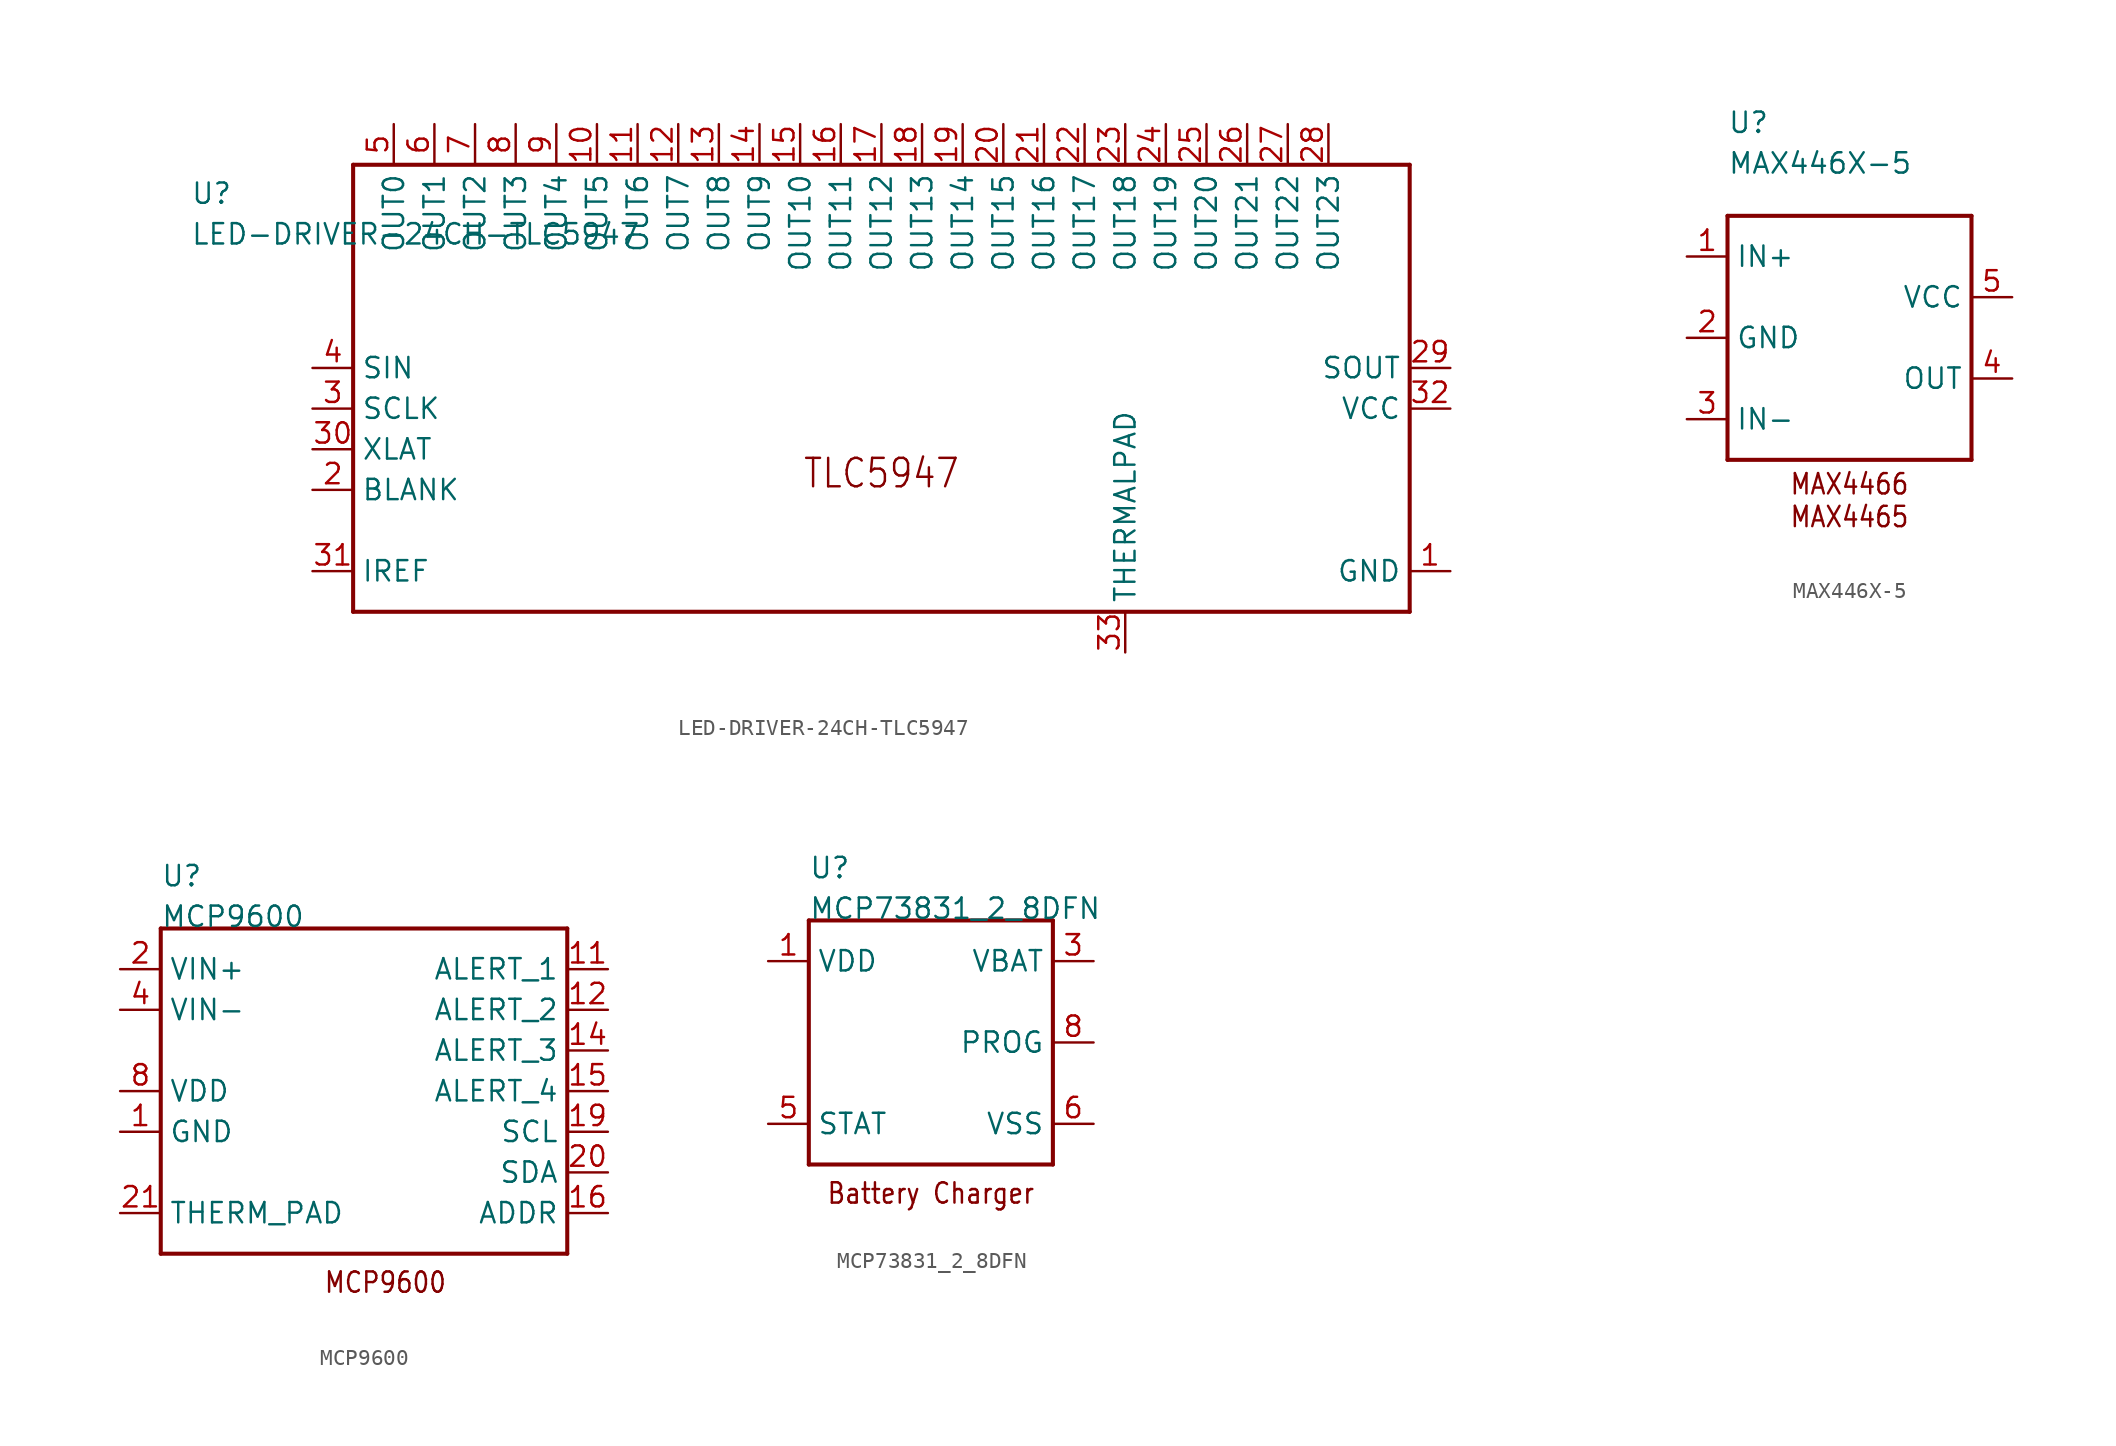
<source format=kicad_sym>
(kicad_symbol_lib
  (version 20211014)
  (generator kicad_symbol_editor)
  (symbol "LED-DRIVER-24CH-TLC5947"
    (pin_names)
    (property "Reference" "U"
      (at -43.18 12.7 0)
      (effects (font (size 1.27 1.27)) (justify left bottom)))
    (property "Value" "LED-DRIVER-24CH-TLC5947"
      (at -43.18 10.16 0)
      (effects (font (size 1.27 1.27)) (justify left bottom)))
    (property "Datasheet" ""
      (at 0 0 0))
    (property "ki_description" "TLC5947   - IC LED DRVR LINEAR 30MA 32HTSSOP   Technical Specifications:    LED Driver IC 24 Output Linear Shift Register Dimming 30mA 32-HTSSOP   12-Bit PWM Grayscale Control   Driver Type: Linear Shift Register   Outputs: 24   LED Supply Voltage: Up to 30V   LED Channel Current: 30mA   VCC: 3V~5.5V   Data Rate: Up to 30MHz Standalone, 15MHz Cascaded   4MHz Internal Oscillator       Component Search:  TLC5947   Datasheet:  TLC5947 24-Channel, 12-Bit PWM LED Driver With Internal Oscillator datasheet (Rev. B)  "
      (at 0 0 0))
    (property "ki_fp_filters" "FlashPCB_ICs:32-HTSSOP"
      (at 0 0 0))
    (symbol "LED-DRIVER-24CH-TLC5947_1_1"
      (text "TLC5947" (at 0 -5.08 0) (effects (font (size 1.778 1.52)) (justify bottom)))
      (polyline (pts (xy -33.02 15.24) (xy 33.02 15.24)) (stroke (width 0.254)) (fill (type none)))
      (polyline (pts (xy 33.02 15.24) (xy 33.02 -12.7)) (stroke (width 0.254)) (fill (type none)))
      (polyline (pts (xy 33.02 -12.7) (xy -33.02 -12.7)) (stroke (width 0.254)) (fill (type none)))
      (polyline (pts (xy -33.02 -12.7) (xy -33.02 15.24)) (stroke (width 0.254)) (fill (type none)))
      (pin bidirectional line (at -35.56 2.54 0) (length 2.54) (name "SIN" (effects (font (size 1.27 1.27)))) (number "4" (effects (font (size 1.27 1.27)))))
      (pin bidirectional line (at -35.56 0 0) (length 2.54) (name "SCLK" (effects (font (size 1.27 1.27)))) (number "3" (effects (font (size 1.27 1.27)))))
      (pin bidirectional line (at -35.56 -2.54 0) (length 2.54) (name "XLAT" (effects (font (size 1.27 1.27)))) (number "30" (effects (font (size 1.27 1.27)))))
      (pin bidirectional line (at -35.56 -5.08 0) (length 2.54) (name "BLANK" (effects (font (size 1.27 1.27)))) (number "2" (effects (font (size 1.27 1.27)))))
      (pin bidirectional line (at -35.56 -10.16 0) (length 2.54) (name "IREF" (effects (font (size 1.27 1.27)))) (number "31" (effects (font (size 1.27 1.27)))))
      (pin bidirectional line (at 35.56 -10.16 180) (length 2.54) (name "GND" (effects (font (size 1.27 1.27)))) (number "1" (effects (font (size 1.27 1.27)))))
      (pin bidirectional line (at 35.56 0 180) (length 2.54) (name "VCC" (effects (font (size 1.27 1.27)))) (number "32" (effects (font (size 1.27 1.27)))))
      (pin bidirectional line (at 35.56 2.54 180) (length 2.54) (name "SOUT" (effects (font (size 1.27 1.27)))) (number "29" (effects (font (size 1.27 1.27)))))
      (pin bidirectional line (at -30.48 17.78 270) (length 2.54) (name "OUT0" (effects (font (size 1.27 1.27)))) (number "5" (effects (font (size 1.27 1.27)))))
      (pin bidirectional line (at -27.94 17.78 270) (length 2.54) (name "OUT1" (effects (font (size 1.27 1.27)))) (number "6" (effects (font (size 1.27 1.27)))))
      (pin bidirectional line (at -25.4 17.78 270) (length 2.54) (name "OUT2" (effects (font (size 1.27 1.27)))) (number "7" (effects (font (size 1.27 1.27)))))
      (pin bidirectional line (at -22.86 17.78 270) (length 2.54) (name "OUT3" (effects (font (size 1.27 1.27)))) (number "8" (effects (font (size 1.27 1.27)))))
      (pin bidirectional line (at -20.32 17.78 270) (length 2.54) (name "OUT4" (effects (font (size 1.27 1.27)))) (number "9" (effects (font (size 1.27 1.27)))))
      (pin bidirectional line (at -17.78 17.78 270) (length 2.54) (name "OUT5" (effects (font (size 1.27 1.27)))) (number "10" (effects (font (size 1.27 1.27)))))
      (pin bidirectional line (at -15.24 17.78 270) (length 2.54) (name "OUT6" (effects (font (size 1.27 1.27)))) (number "11" (effects (font (size 1.27 1.27)))))
      (pin bidirectional line (at -12.7 17.78 270) (length 2.54) (name "OUT7" (effects (font (size 1.27 1.27)))) (number "12" (effects (font (size 1.27 1.27)))))
      (pin bidirectional line (at -10.16 17.78 270) (length 2.54) (name "OUT8" (effects (font (size 1.27 1.27)))) (number "13" (effects (font (size 1.27 1.27)))))
      (pin bidirectional line (at -7.62 17.78 270) (length 2.54) (name "OUT9" (effects (font (size 1.27 1.27)))) (number "14" (effects (font (size 1.27 1.27)))))
      (pin bidirectional line (at -5.08 17.78 270) (length 2.54) (name "OUT10" (effects (font (size 1.27 1.27)))) (number "15" (effects (font (size 1.27 1.27)))))
      (pin bidirectional line (at -2.54 17.78 270) (length 2.54) (name "OUT11" (effects (font (size 1.27 1.27)))) (number "16" (effects (font (size 1.27 1.27)))))
      (pin bidirectional line (at 0 17.78 270) (length 2.54) (name "OUT12" (effects (font (size 1.27 1.27)))) (number "17" (effects (font (size 1.27 1.27)))))
      (pin bidirectional line (at 2.54 17.78 270) (length 2.54) (name "OUT13" (effects (font (size 1.27 1.27)))) (number "18" (effects (font (size 1.27 1.27)))))
      (pin bidirectional line (at 5.08 17.78 270) (length 2.54) (name "OUT14" (effects (font (size 1.27 1.27)))) (number "19" (effects (font (size 1.27 1.27)))))
      (pin bidirectional line (at 7.62 17.78 270) (length 2.54) (name "OUT15" (effects (font (size 1.27 1.27)))) (number "20" (effects (font (size 1.27 1.27)))))
      (pin bidirectional line (at 10.16 17.78 270) (length 2.54) (name "OUT16" (effects (font (size 1.27 1.27)))) (number "21" (effects (font (size 1.27 1.27)))))
      (pin bidirectional line (at 12.7 17.78 270) (length 2.54) (name "OUT17" (effects (font (size 1.27 1.27)))) (number "22" (effects (font (size 1.27 1.27)))))
      (pin bidirectional line (at 15.24 17.78 270) (length 2.54) (name "OUT18" (effects (font (size 1.27 1.27)))) (number "23" (effects (font (size 1.27 1.27)))))
      (pin bidirectional line (at 17.78 17.78 270) (length 2.54) (name "OUT19" (effects (font (size 1.27 1.27)))) (number "24" (effects (font (size 1.27 1.27)))))
      (pin bidirectional line (at 20.32 17.78 270) (length 2.54) (name "OUT20" (effects (font (size 1.27 1.27)))) (number "25" (effects (font (size 1.27 1.27)))))
      (pin bidirectional line (at 22.86 17.78 270) (length 2.54) (name "OUT21" (effects (font (size 1.27 1.27)))) (number "26" (effects (font (size 1.27 1.27)))))
      (pin bidirectional line (at 25.4 17.78 270) (length 2.54) (name "OUT22" (effects (font (size 1.27 1.27)))) (number "27" (effects (font (size 1.27 1.27)))))
      (pin bidirectional line (at 27.94 17.78 270) (length 2.54) (name "OUT23" (effects (font (size 1.27 1.27)))) (number "28" (effects (font (size 1.27 1.27)))))
      (pin bidirectional line (at 15.24 -15.24 90) (length 2.54) (name "THERMALPAD" (effects (font (size 1.27 1.27)))) (number "33" (effects (font (size 1.27 1.27)))))))
  (symbol "MAX446X-5"
    (pin_names)
    (property "Reference" "U"
      (at -7.62 12.7 0)
      (effects (font (size 1.27 1.27)) (justify left bottom)))
    (property "Value" "MAX446X-5"
      (at -7.62 10.16 0)
      (effects (font (size 1.27 1.27)) (justify left bottom)))
    (property "Datasheet" ""
      (at 0 0 0))
    (property "ki_description" "MAX4466EXK+T  - IC AMP CLASS AB MONO SC70-5   Technical Specifications:    Output: 1-channel   Common-Mode Rejection Ration: 126dB       Component Search:  [DATA SHEET NAME]   Datasheet:  MAX4465-69 DS "
      (at 0 0 0))
    (property "ki_fp_filters" "FlashPCB_ICs:SC-70-5"
      (at 0 0 0))
    (symbol "MAX446X-5_1_1"
      (text "MAX4466\nMAX4465" (at 0 -10.16 0) (effects (font (size 1.27 1.086))))
      (polyline (pts (xy -7.62 7.62) (xy 7.62 7.62)) (stroke (width 0.254)) (fill (type none)))
      (polyline (pts (xy 7.62 7.62) (xy 7.62 -7.62)) (stroke (width 0.254)) (fill (type none)))
      (polyline (pts (xy 7.62 -7.62) (xy -7.62 -7.62)) (stroke (width 0.254)) (fill (type none)))
      (polyline (pts (xy -7.62 -7.62) (xy -7.62 7.62)) (stroke (width 0.254)) (fill (type none)))
      (pin bidirectional line (at -10.16 5.08 0) (length 2.54) (name "IN+" (effects (font (size 1.27 1.27)))) (number "1" (effects (font (size 1.27 1.27)))))
      (pin power_in line (at -10.16 0 0) (length 2.54) (name "GND" (effects (font (size 1.27 1.27)))) (number "2" (effects (font (size 1.27 1.27)))))
      (pin bidirectional line (at -10.16 -5.08 0) (length 2.54) (name "IN-" (effects (font (size 1.27 1.27)))) (number "3" (effects (font (size 1.27 1.27)))))
      (pin output line (at 10.16 -2.54 180) (length 2.54) (name "OUT" (effects (font (size 1.27 1.27)))) (number "4" (effects (font (size 1.27 1.27)))))
      (pin power_in line (at 10.16 2.54 180) (length 2.54) (name "VCC" (effects (font (size 1.27 1.27)))) (number "5" (effects (font (size 1.27 1.27)))))))
  (symbol "MCP9600"
    (pin_names)
    (property "Reference" "U"
      (at -12.7 12.7 0)
      (effects (font (size 1.27 1.27)) (justify left bottom)))
    (property "Value" "MCP9600"
      (at -12.7 10.16 0)
      (effects (font (size 1.27 1.27)) (justify left bottom)))
    (property "Datasheet" ""
      (at 0 0 0))
    (property "ki_description" "MCP9600T-E/MX  - IC THERMOCOUPLE TO I2C   Technical Specifications:    Accuracy: +/-1.5 ÃƒÆ’Ã¢â‚¬Å¡Ãƒâ€šÃ‚Â°C   Resolution: +0.0625 ÃƒÆ’Ã¢â‚¬Å¡Ãƒâ€šÃ‚Â°C       Component Search:  [DATA SHEET NAME]   Datasheet:  MCP960X/L0X/RL0X Data Sheet "
      (at 0 0 0))
    (property "ki_fp_filters" "FlashPCB_ICs:20-QFN(5X5)-MCP960X"
      (at 0 0 0))
    (symbol "MCP9600_1_1"
      (text "MCP9600" (at -2.54 -12.7 0) (effects (font (size 1.27 1.086)) (justify left bottom)))
      (polyline (pts (xy 12.7 10.16) (xy 12.7 -10.16)) (stroke (width 0.254)) (fill (type none)))
      (polyline (pts (xy 12.7 -10.16) (xy -12.7 -10.16)) (stroke (width 0.254)) (fill (type none)))
      (polyline (pts (xy -12.7 -10.16) (xy -12.7 10.16)) (stroke (width 0.254)) (fill (type none)))
      (polyline (pts (xy -12.7 10.16) (xy 12.7 10.16)) (stroke (width 0.254)) (fill (type none)))
      (pin power_in line (at -15.24 7.62 0) (length 2.54) (name "VIN+" (effects (font (size 1.27 1.27)))) (number "2" (effects (font (size 1.27 1.27)))))
      (pin power_in line (at -15.24 5.08 0) (length 2.54) (name "VIN-" (effects (font (size 1.27 1.27)))) (number "4" (effects (font (size 1.27 1.27)))))
      (pin output line (at 15.24 7.62 180) (length 2.54) (name "ALERT_1" (effects (font (size 1.27 1.27)))) (number "11" (effects (font (size 1.27 1.27)))))
      (pin output line (at 15.24 5.08 180) (length 2.54) (name "ALERT_2" (effects (font (size 1.27 1.27)))) (number "12" (effects (font (size 1.27 1.27)))))
      (pin output line (at 15.24 2.54 180) (length 2.54) (name "ALERT_3" (effects (font (size 1.27 1.27)))) (number "14" (effects (font (size 1.27 1.27)))))
      (pin output line (at 15.24 0 180) (length 2.54) (name "ALERT_4" (effects (font (size 1.27 1.27)))) (number "15" (effects (font (size 1.27 1.27)))))
      (pin bidirectional line (at 15.24 -2.54 180) (length 2.54) (name "SCL" (effects (font (size 1.27 1.27)))) (number "19" (effects (font (size 1.27 1.27)))))
      (pin bidirectional line (at 15.24 -5.08 180) (length 2.54) (name "SDA" (effects (font (size 1.27 1.27)))) (number "20" (effects (font (size 1.27 1.27)))))
      (pin bidirectional line (at 15.24 -7.62 180) (length 2.54) (name "ADDR" (effects (font (size 1.27 1.27)))) (number "16" (effects (font (size 1.27 1.27)))))
      (pin power_in line (at -15.24 0 0) (length 2.54) (name "VDD" (effects (font (size 1.27 1.27)))) (number "8" (effects (font (size 1.27 1.27)))))
      (pin power_in line (at -15.24 -2.54 0) (length 2.54) (name "GND" (effects (font (size 1.27 1.27)))) (number "1" (effects (font (size 1.27 1.27)))))
      (pin power_in line (at -15.24 -2.54 0) (length 2.54) hide (name "GND" (effects (font (size 1.27 1.27)))) (number "3" (effects (font (size 1.27 1.27)))))
      (pin power_in line (at -15.24 -2.54 0) (length 2.54) hide (name "GND" (effects (font (size 1.27 1.27)))) (number "5" (effects (font (size 1.27 1.27)))))
      (pin power_in line (at -15.24 -2.54 0) (length 2.54) hide (name "GND" (effects (font (size 1.27 1.27)))) (number "6" (effects (font (size 1.27 1.27)))))
      (pin power_in line (at -15.24 -2.54 0) (length 2.54) hide (name "GND" (effects (font (size 1.27 1.27)))) (number "7" (effects (font (size 1.27 1.27)))))
      (pin power_in line (at -15.24 -2.54 0) (length 2.54) hide (name "GND" (effects (font (size 1.27 1.27)))) (number "9" (effects (font (size 1.27 1.27)))))
      (pin power_in line (at -15.24 -2.54 0) (length 2.54) hide (name "GND" (effects (font (size 1.27 1.27)))) (number "10" (effects (font (size 1.27 1.27)))))
      (pin power_in line (at -15.24 -2.54 0) (length 2.54) hide (name "GND" (effects (font (size 1.27 1.27)))) (number "13" (effects (font (size 1.27 1.27)))))
      (pin power_in line (at -15.24 -2.54 0) (length 2.54) hide (name "GND" (effects (font (size 1.27 1.27)))) (number "17" (effects (font (size 1.27 1.27)))))
      (pin power_in line (at -15.24 -2.54 0) (length 2.54) hide (name "GND" (effects (font (size 1.27 1.27)))) (number "18" (effects (font (size 1.27 1.27)))))
      (pin bidirectional line (at -15.24 -7.62 0) (length 2.54) (name "THERM_PAD" (effects (font (size 1.27 1.27)))) (number "21" (effects (font (size 1.27 1.27)))))))
  (symbol "MCP73831_2_8DFN"
    (pin_names)
    (property "Reference" "U"
      (at -7.62 10.16 0)
      (effects (font (size 1.27 1.27)) (justify left bottom)))
    (property "Value" "MCP73831_2_8DFN"
      (at -7.62 7.62 0)
      (effects (font (size 1.27 1.27)) (justify left bottom)))
    (property "Datasheet" ""
      (at 0 0 0))
    (property "ki_description" "MCP73831/2  - IC BATT CNTL LI-ION 1CEL   Technical Specifications:    Battery Chemistry: Lithium Ion/Polymer   Number of Cells: 1   Fault Protection: Over Voltage       Component Search:  [DATA SHEET NAME]   Datasheet:  MCP73831/2 "
      (at 0 0 0))
    (property "ki_fp_filters" "FlashPCB_ICs:8-DFN-2X3"
      (at 0 0 0))
    (symbol "MCP73831_2_8DFN_1_1"
      (text "Battery Charger" (at 0 -10.16 0) (effects (font (size 1.27 1.086)) (justify bottom)))
      (polyline (pts (xy -7.62 7.62) (xy 7.62 7.62)) (stroke (width 0.254)) (fill (type none)))
      (polyline (pts (xy 7.62 7.62) (xy 7.62 -7.62)) (stroke (width 0.254)) (fill (type none)))
      (polyline (pts (xy 7.62 -7.62) (xy -7.62 -7.62)) (stroke (width 0.254)) (fill (type none)))
      (polyline (pts (xy -7.62 -7.62) (xy -7.62 7.62)) (stroke (width 0.254)) (fill (type none)))
      (pin bidirectional line (at -10.16 5.08 0) (length 2.54) (name "VDD" (effects (font (size 1.27 1.27)))) (number "1" (effects (font (size 1.27 1.27)))))
      (pin bidirectional line (at -10.16 5.08 0) (length 2.54) hide (name "VDD" (effects (font (size 1.27 1.27)))) (number "2" (effects (font (size 1.27 1.27)))))
      (pin bidirectional line (at -10.16 -5.08 0) (length 2.54) (name "STAT" (effects (font (size 1.27 1.27)))) (number "5" (effects (font (size 1.27 1.27)))))
      (pin bidirectional line (at 10.16 5.08 180) (length 2.54) (name "VBAT" (effects (font (size 1.27 1.27)))) (number "3" (effects (font (size 1.27 1.27)))))
      (pin bidirectional line (at 10.16 5.08 180) (length 2.54) hide (name "VBAT" (effects (font (size 1.27 1.27)))) (number "4" (effects (font (size 1.27 1.27)))))
      (pin bidirectional line (at 10.16 0 180) (length 2.54) (name "PROG" (effects (font (size 1.27 1.27)))) (number "8" (effects (font (size 1.27 1.27)))))
      (pin bidirectional line (at 10.16 -5.08 180) (length 2.54) (name "VSS" (effects (font (size 1.27 1.27)))) (number "6" (effects (font (size 1.27 1.27)))))
      (pin bidirectional line (at 10.16 -5.08 180) (length 2.54) hide (name "VSS" (effects (font (size 1.27 1.27)))) (number "9" (effects (font (size 1.27 1.27))))))))
</source>
